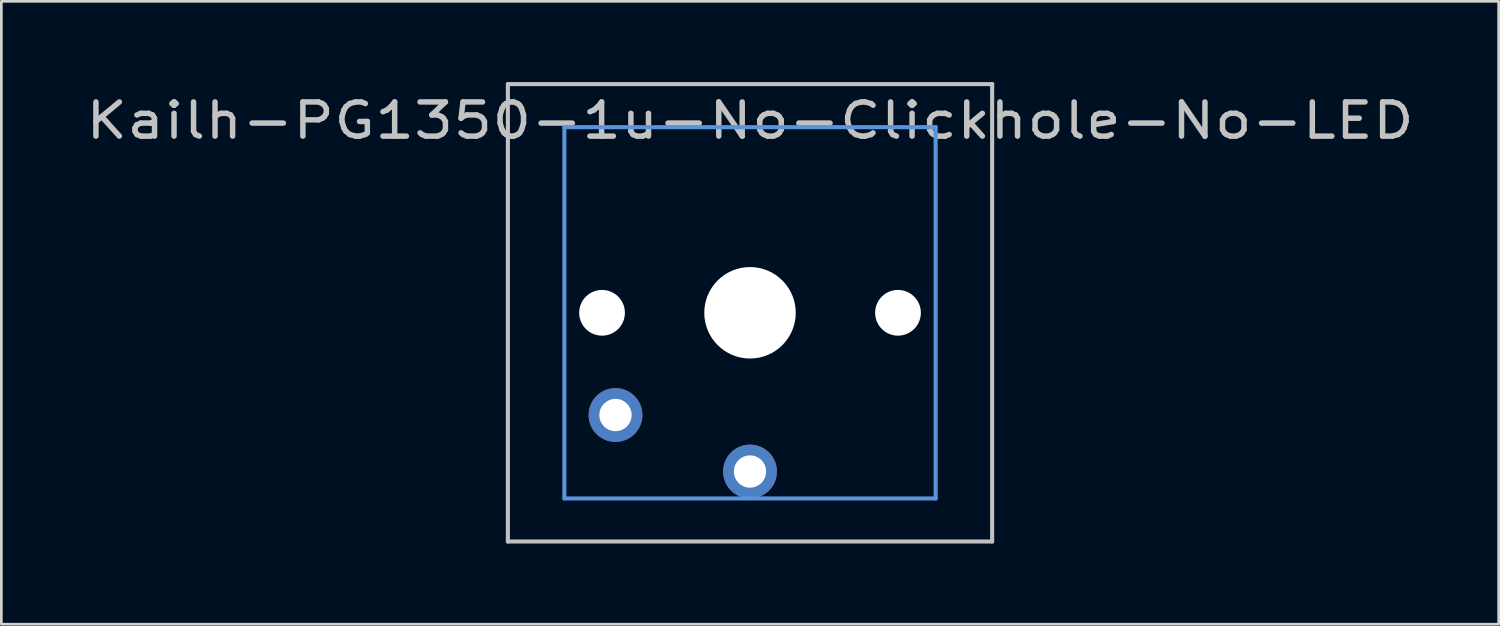
<source format=kicad_pcb>
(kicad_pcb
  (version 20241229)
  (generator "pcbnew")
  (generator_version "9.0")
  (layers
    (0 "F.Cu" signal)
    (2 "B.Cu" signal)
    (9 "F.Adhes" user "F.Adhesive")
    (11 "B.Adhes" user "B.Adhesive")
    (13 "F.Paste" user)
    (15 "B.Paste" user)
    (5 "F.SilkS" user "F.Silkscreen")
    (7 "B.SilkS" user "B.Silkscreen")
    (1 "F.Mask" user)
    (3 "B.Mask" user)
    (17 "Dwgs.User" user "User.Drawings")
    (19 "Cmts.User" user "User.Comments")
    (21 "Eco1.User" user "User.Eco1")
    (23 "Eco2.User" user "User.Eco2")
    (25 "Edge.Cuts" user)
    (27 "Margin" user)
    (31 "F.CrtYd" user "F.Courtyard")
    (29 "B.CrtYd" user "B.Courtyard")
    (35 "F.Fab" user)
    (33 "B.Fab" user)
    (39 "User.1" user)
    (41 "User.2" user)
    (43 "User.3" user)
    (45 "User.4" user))
  (footprint "Kailh-PG1350-1u-No-Clickhole-No-LED"
    (layer "F.Cu")
    (at 24.827 8.576)
    (property "Reference" "Kailh-PG1350-1u-No-Clickhole-No-LED" (at 0 -7.144 180) (layer "Dwgs.User") (effects (font (size 1.27 1.524) (thickness 0.203))))
    (attr through_hole)
    (fp_line (start -9 -8.5) (end 9 -8.5) (stroke (width 0.152) (type solid)) (layer "Dwgs.User"))
    (fp_line (start -9 8.5) (end -9 -8.5) (stroke (width 0.152) (type solid)) (layer "Dwgs.User"))
    (fp_line (start 9 -8.5) (end 9 8.5) (stroke (width 0.152) (type solid)) (layer "Dwgs.User"))
    (fp_line (start 9 8.5) (end -9 8.5) (stroke (width 0.152) (type solid)) (layer "Dwgs.User"))
    (fp_line (start -6.9 -6.9) (end 6.9 -6.9) (stroke (width 0.152) (type solid)) (layer "Cmts.User"))
    (fp_line (start -6.9 6.9) (end -6.9 -6.9) (stroke (width 0.152) (type solid)) (layer "Cmts.User"))
    (fp_line (start 6.9 -6.9) (end 6.9 6.9) (stroke (width 0.152) (type solid)) (layer "Cmts.User"))
    (fp_line (start 6.9 6.9) (end -6.9 6.9) (stroke (width 0.152) (type solid)) (layer "Cmts.User"))
    (fp_line (start -7.5 -7.5) (end 7.5 -7.5) (stroke (width 0.152) (type solid)) (layer "Eco2.User"))
    (fp_line (start -7.5 7.5) (end -7.5 -7.5) (stroke (width 0.152) (type solid)) (layer "Eco2.User"))
    (fp_line (start 7.5 -7.5) (end 7.5 7.5) (stroke (width 0.152) (type solid)) (layer "Eco2.User"))
    (fp_line (start 7.5 7.5) (end -7.5 7.5) (stroke (width 0.152) (type solid)) (layer "Eco2.User"))
    (pad "" np_thru_hole circle (at -5.5 0 180) (size 1.7 1.7) (drill 1.7) (layers "*.Cu"))
    (pad "" np_thru_hole circle (at 0 0 180) (size 3.4 3.4) (drill 3.4) (layers "*.Cu"))
    (pad "" np_thru_hole circle (at 5.5 0 180) (size 1.7 1.7) (drill 1.7) (layers "*.Cu"))
    (pad "1" thru_hole circle (at 0 5.9 180) (size 2 2) (drill 1.2) (layers "*.Cu" "*.Mask"))
    (pad "2" thru_hole circle (at -5 3.8 41.9) (size 2 2) (drill 1.2) (layers "*.Cu" "*.Mask")))
  (gr_rect
    (start -3 -3)
    (end 52.653 20.152)
    (stroke (width 0.1) (type default))
    (fill no)
    (layer "Edge.Cuts")))
</source>
